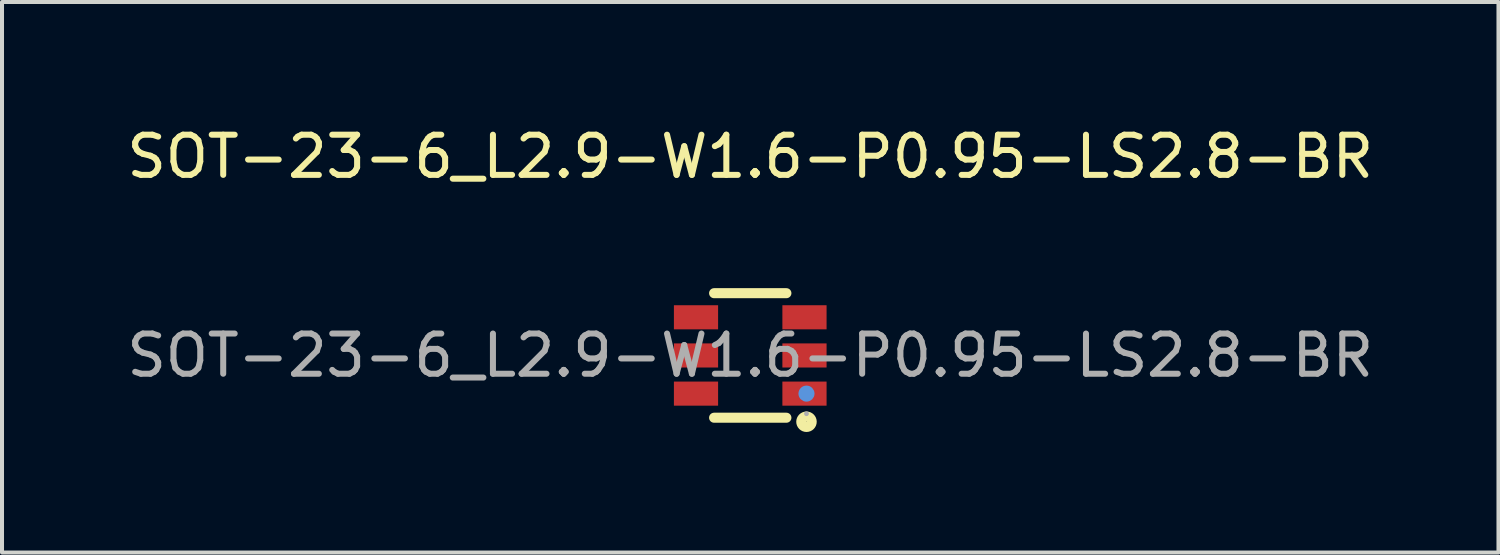
<source format=kicad_pcb>
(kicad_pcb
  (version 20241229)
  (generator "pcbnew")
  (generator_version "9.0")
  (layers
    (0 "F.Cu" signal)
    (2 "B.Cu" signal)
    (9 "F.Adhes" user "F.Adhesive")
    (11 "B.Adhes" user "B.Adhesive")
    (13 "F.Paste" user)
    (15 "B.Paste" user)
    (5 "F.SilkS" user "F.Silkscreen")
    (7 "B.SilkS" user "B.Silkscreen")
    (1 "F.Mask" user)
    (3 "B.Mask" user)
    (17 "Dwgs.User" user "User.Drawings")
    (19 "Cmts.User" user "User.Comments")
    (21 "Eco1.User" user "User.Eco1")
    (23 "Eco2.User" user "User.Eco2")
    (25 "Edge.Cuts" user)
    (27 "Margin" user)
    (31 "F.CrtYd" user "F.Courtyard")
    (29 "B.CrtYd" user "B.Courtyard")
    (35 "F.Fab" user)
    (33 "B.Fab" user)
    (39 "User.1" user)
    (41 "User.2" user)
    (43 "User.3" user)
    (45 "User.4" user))
  (footprint "SOT-23-6_L2.9-W1.6-P0.95-LS2.8-BR"
    (layer "F.Cu")
    (at 15.625 5.798)
    (property "Reference" "SOT-23-6_L2.9-W1.6-P0.95-LS2.8-BR" (at 0 -4.95 0) (layer "F.SilkS") (effects (font (size 1 1) (thickness 0.15))))
    (attr through_hole)
    (fp_line (start -0.9 -1.55) (end 0.9 -1.55) (stroke (width 0.25) (type solid)) (layer "F.SilkS"))
    (fp_line (start -0.9 1.55) (end 0.9 1.55) (stroke (width 0.25) (type solid)) (layer "F.SilkS"))
    (fp_circle (center 1.4 1.65) (end 1.53 1.65) (stroke (width 0.25) (type solid)) (fill no) (layer "F.SilkS"))
    (fp_circle (center 1.4 0.95) (end 1.5 0.95) (stroke (width 0.2) (type solid)) (fill no) (layer "Cmts.User"))
    (fp_circle (center 1.4 1.45) (end 1.43 1.45) (stroke (width 0.06) (type solid)) (fill no) (layer "F.Fab"))
    (fp_text user "${REFERENCE}" (at 0 0 0) (layer "F.Fab") (effects (font (size 1 1) (thickness 0.15))))
    (pad "1" smd rect (at 1.35 0.95) (size 1.1 0.6) (layers "F.Cu" "F.Mask" "F.Paste"))
    (pad "2" smd rect (at 1.35 0) (size 1.1 0.6) (layers "F.Cu" "F.Mask" "F.Paste"))
    (pad "3" smd rect (at 1.35 -0.95) (size 1.1 0.6) (layers "F.Cu" "F.Mask" "F.Paste"))
    (pad "4" smd rect (at -1.35 -0.95) (size 1.1 0.6) (layers "F.Cu" "F.Mask" "F.Paste"))
    (pad "5" smd rect (at -1.35 0) (size 1.1 0.6) (layers "F.Cu" "F.Mask" "F.Paste"))
    (pad "6" smd rect (at -1.35 0.95) (size 1.1 0.6) (layers "F.Cu" "F.Mask" "F.Paste")))
  (gr_rect
    (start -3 -3)
    (end 34.25 10.703)
    (stroke (width 0.1) (type default))
    (fill no)
    (layer "Edge.Cuts")))
</source>
